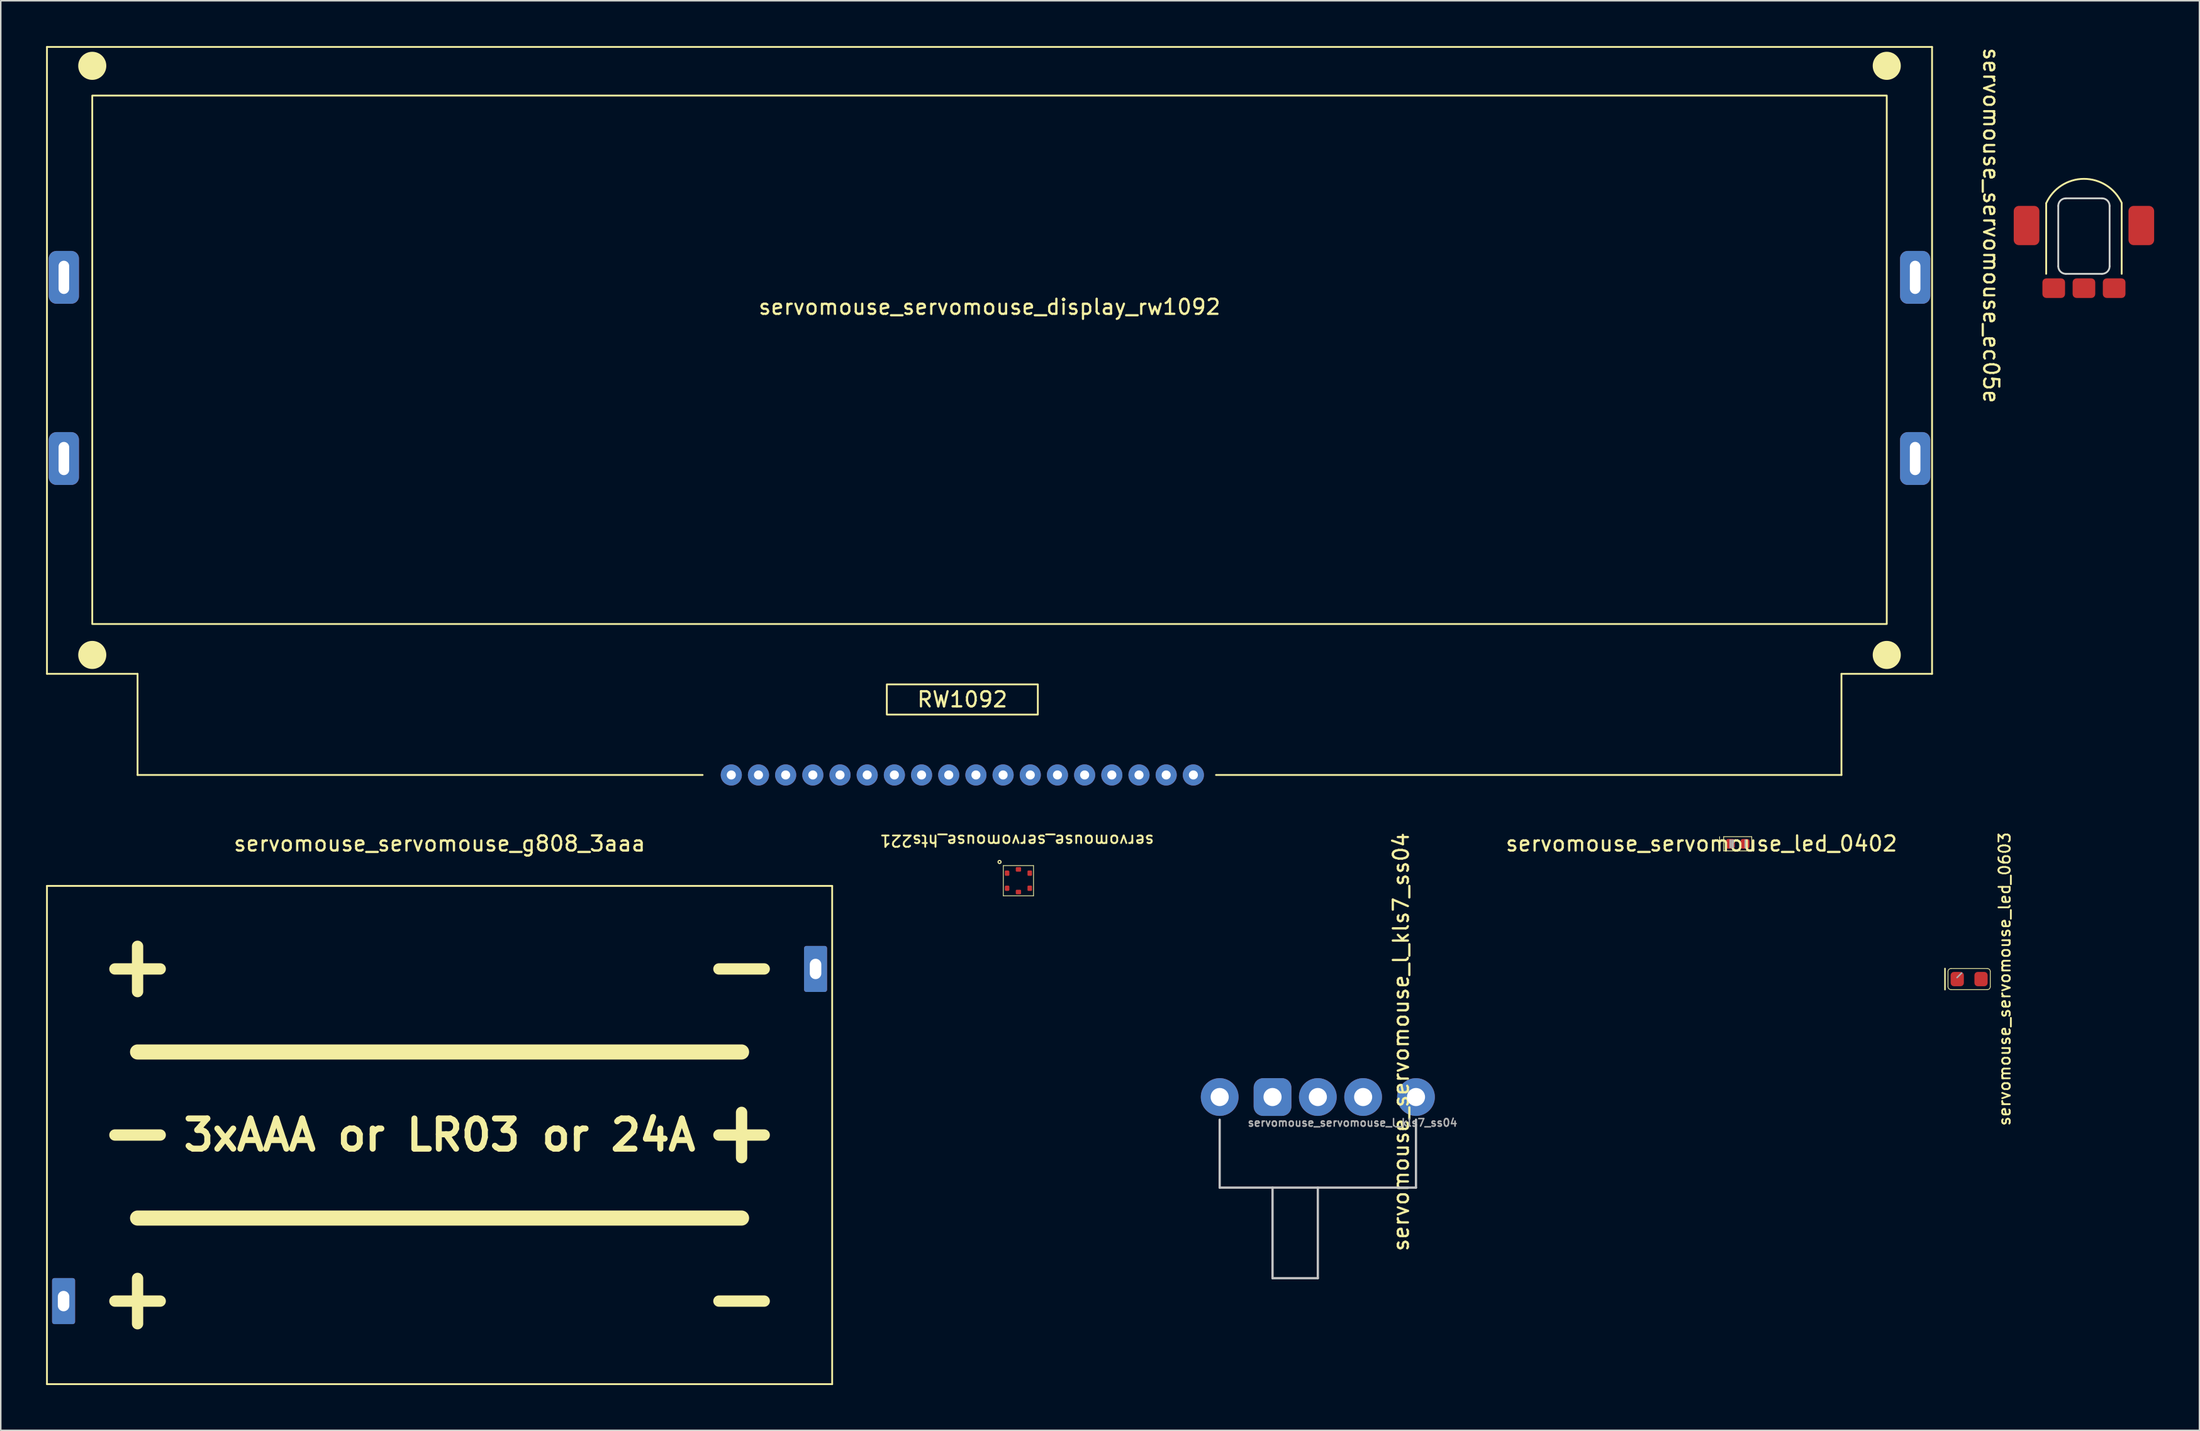
<source format=kicad_pcb>
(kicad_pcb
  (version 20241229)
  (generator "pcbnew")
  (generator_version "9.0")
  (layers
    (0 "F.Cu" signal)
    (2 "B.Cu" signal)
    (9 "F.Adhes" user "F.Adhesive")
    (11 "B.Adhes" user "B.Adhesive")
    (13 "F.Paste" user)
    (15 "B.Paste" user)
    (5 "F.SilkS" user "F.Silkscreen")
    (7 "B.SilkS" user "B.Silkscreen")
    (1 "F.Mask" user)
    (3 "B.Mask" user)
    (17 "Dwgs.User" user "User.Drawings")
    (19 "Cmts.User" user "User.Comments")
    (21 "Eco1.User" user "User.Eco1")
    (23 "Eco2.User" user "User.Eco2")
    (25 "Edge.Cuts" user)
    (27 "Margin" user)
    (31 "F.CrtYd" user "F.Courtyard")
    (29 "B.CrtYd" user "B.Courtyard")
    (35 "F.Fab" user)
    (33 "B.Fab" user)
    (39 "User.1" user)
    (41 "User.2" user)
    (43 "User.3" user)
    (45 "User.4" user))
  (footprint "servomouse_servomouse_led_0402"
    (layer "F.Cu")
    (at 112.029 52.838)
    (property "Reference" "servomouse_servomouse_led_0402" (at -2.4 -0.01 0) (layer "F.SilkS") (effects (font (size 1 1) (thickness 0.15))))
    (attr smd)
    (fp_line (start -1.2 -0.47) (end -1.2 0.47) (stroke (width 0.05) (type solid)) (layer "F.SilkS"))
    (fp_line (start -0.93 -0.47) (end 0.93 -0.47) (stroke (width 0.05) (type solid)) (layer "F.SilkS"))
    (fp_line (start -0.93 0.47) (end -0.93 -0.47) (stroke (width 0.05) (type solid)) (layer "F.SilkS"))
    (fp_line (start 0.93 -0.47) (end 0.93 0.47) (stroke (width 0.05) (type solid)) (layer "F.SilkS"))
    (fp_line (start 0.93 0.47) (end -0.93 0.47) (stroke (width 0.05) (type solid)) (layer "F.SilkS"))
    (fp_line (start -0.5 0.25) (end -0.5 -0.25) (stroke (width 0.1) (type solid)) (layer "F.Fab"))
    (fp_line (start -0.4 0.25) (end -0.4 -0.25) (stroke (width 0.1) (type solid)) (layer "F.Fab"))
    (fp_line (start -0.3 0.25) (end -0.3 -0.25) (stroke (width 0.1) (type solid)) (layer "F.Fab"))
    (fp_line (start 0.5 -0.25) (end 0.5 0.25) (stroke (width 0.1) (type solid)) (layer "F.Fab"))
    (pad "1" smd roundrect (at -0.485 0) (size 0.59 0.64) (layers "F.Cu" "F.Mask" "F.Paste") (roundrect_rratio 0.25))
    (pad "2" smd roundrect (at 0.485 0) (size 0.59 0.64) (layers "F.Cu" "F.Mask" "F.Paste") (roundrect_rratio 0.25)))
  (footprint "servomouse_servomouse_g808_3aaa"
    (layer "F.Cu")
    (at 26.06 72.128)
    (property "Reference" "servomouse_servomouse_g808_3aaa" (at 0 -19.3 0) (unlocked yes) (layer "F.SilkS") (effects (font (size 1 1) (thickness 0.15))))
    (fp_line (start -26 -16.5) (end -26 16.5) (stroke (width 0.12) (type solid)) (layer "F.SilkS"))
    (fp_line (start -26 16.5) (end 26 16.5) (stroke (width 0.12) (type solid)) (layer "F.SilkS"))
    (fp_line (start -21.5 -11) (end -18.5 -11) (stroke (width 0.75) (type solid)) (layer "F.SilkS"))
    (fp_line (start -21.5 0) (end -18.5 0) (stroke (width 0.75) (type solid)) (layer "F.SilkS"))
    (fp_line (start -21.5 11) (end -18.5 11) (stroke (width 0.75) (type solid)) (layer "F.SilkS"))
    (fp_line (start -20 -9.5) (end -20 -12.5) (stroke (width 0.75) (type solid)) (layer "F.SilkS"))
    (fp_line (start -20 -5.5) (end 20 -5.5) (stroke (width 1) (type solid)) (layer "F.SilkS"))
    (fp_line (start -20 12.5) (end -20 9.5) (stroke (width 0.75) (type solid)) (layer "F.SilkS"))
    (fp_line (start 18.5 -11) (end 21.5 -11) (stroke (width 0.75) (type solid)) (layer "F.SilkS"))
    (fp_line (start 18.5 0) (end 21.5 0) (stroke (width 0.75) (type solid)) (layer "F.SilkS"))
    (fp_line (start 18.5 11) (end 21.5 11) (stroke (width 0.75) (type solid)) (layer "F.SilkS"))
    (fp_line (start 20 1.5) (end 20 -1.5) (stroke (width 0.75) (type solid)) (layer "F.SilkS"))
    (fp_line (start 20 5.5) (end -20 5.5) (stroke (width 1) (type solid)) (layer "F.SilkS"))
    (fp_line (start 26 -16.5) (end -26 -16.5) (stroke (width 0.12) (type solid)) (layer "F.SilkS"))
    (fp_line (start 26 16.5) (end 26 -16.5) (stroke (width 0.12) (type solid)) (layer "F.SilkS"))
    (fp_text user "3xAAA or LR03 or 24A" (at 0 0 0) (unlocked yes) (layer "F.SilkS") (effects (font (size 2 2) (thickness 0.4))))
    (pad "1" thru_hole roundrect (at -24.9 11 90) (size 3.048 1.524) (drill oval 1.35 0.762) (layers "*.Cu" "*.Mask") (roundrect_rratio 0.1))
    (pad "2" thru_hole roundrect (at 24.9 -11 90) (size 3.048 1.524) (drill oval 1.35 0.762) (layers "*.Cu" "*.Mask") (roundrect_rratio 0.1)))
  (footprint "servomouse_servomouse_l_kls7_ss04"
    (layer "F.Cu")
    (at 84.223 69.612)
    (property "Reference" "servomouse_servomouse_l_kls7_ss04" (at 5.51 -3.65 90) (layer "F.SilkS") (effects (font (size 1 1) (thickness 0.15))))
    (attr through_hole)
    (fp_line (start -6.5 1.5) (end -6.5 6) (stroke (width 0.15) (type solid)) (layer "Dwgs.User"))
    (fp_line (start -6.5 6) (end 6.5 6) (stroke (width 0.15) (type solid)) (layer "Dwgs.User"))
    (fp_line (start -3 6) (end -3 12) (stroke (width 0.15) (type solid)) (layer "Dwgs.User"))
    (fp_line (start -3 12) (end 0 12) (stroke (width 0.15) (type solid)) (layer "Dwgs.User"))
    (fp_line (start 0 6) (end 0 12) (stroke (width 0.15) (type solid)) (layer "Dwgs.User"))
    (fp_line (start 6.5 1.5) (end 6.5 6) (stroke (width 0.15) (type solid)) (layer "Dwgs.User"))
    (fp_text user "${REFERENCE}" (at 2.3 1.7 0) (layer "F.Fab") (effects (font (size 0.5 0.5) (thickness 0.1))))
    (pad "1" thru_hole roundrect (at -3 0) (size 2.5 2.5) (drill 1.2) (layers "*.Cu" "*.Mask") (roundrect_rratio 0.25))
    (pad "2" thru_hole oval (at 0 0) (size 2.5 2.5) (drill 1.2) (layers "*.Cu" "*.Mask"))
    (pad "3" thru_hole oval (at 3 0) (size 2.5 2.5) (drill 1.2) (layers "*.Cu" "*.Mask"))
    (pad "4" thru_hole oval (at -6.5 0) (size 2.5 2.5) (drill 1.2) (layers "*.Cu" "*.Mask"))
    (pad "4" thru_hole oval (at 6.5 0) (size 2.5 2.5) (drill 1.2) (layers "*.Cu" "*.Mask")))
  (footprint "servomouse_servomouse_led_0603"
    (layer "F.Cu")
    (at 127.356 61.799)
    (property "Reference" "servomouse_servomouse_led_0603" (at 2.35 0 90) (layer "F.SilkS") (effects (font (size 0.75 0.75) (thickness 0.12))))
    (attr smd)
    (fp_line (start -1.6 -0.7) (end -1.6 0.7) (stroke (width 0.1) (type solid)) (layer "F.SilkS"))
    (fp_line (start -1.4 0.5) (end -1.4 -0.5) (stroke (width 0.05) (type solid)) (layer "F.SilkS"))
    (fp_line (start -1.2 -0.7) (end 1.2 -0.7) (stroke (width 0.05) (type solid)) (layer "F.SilkS"))
    (fp_line (start 1.2 0.7) (end -1.2 0.7) (stroke (width 0.05) (type solid)) (layer "F.SilkS"))
    (fp_line (start 1.4 -0.5) (end 1.4 0.5) (stroke (width 0.05) (type solid)) (layer "F.SilkS"))
    (fp_arc (start -1.4 -0.5) (mid -1.341421 -0.641421) (end -1.2 -0.7) (stroke (width 0.05) (type solid)) (layer "F.SilkS"))
    (fp_arc (start -1.2 0.7) (mid -1.341421 0.641421) (end -1.4 0.5) (stroke (width 0.05) (type solid)) (layer "F.SilkS"))
    (fp_arc (start 1.2 -0.7) (mid 1.341421 -0.641421) (end 1.4 -0.5) (stroke (width 0.05) (type solid)) (layer "F.SilkS"))
    (fp_arc (start 1.4 0.5) (mid 1.341421 0.641421) (end 1.2 0.7) (stroke (width 0.05) (type solid)) (layer "F.SilkS"))
    (fp_line (start -0.5 -0.4) (end -0.8 -0.1) (stroke (width 0.1) (type solid)) (layer "F.Fab"))
    (pad "1" smd roundrect (at -0.787 0) (size 0.875 0.95) (layers "F.Cu" "F.Mask" "F.Paste") (roundrect_rratio 0.25))
    (pad "2" smd roundrect (at 0.787 0) (size 0.875 0.95) (layers "F.Cu" "F.Mask" "F.Paste") (roundrect_rratio 0.25)))
  (footprint "servomouse_servomouse_display_rw1092"
    (layer "F.Cu")
    (at 62.48 48.28)
    (property "Reference" "servomouse_servomouse_display_rw1092" (at 0 -31 0) (unlocked yes) (layer "F.SilkS") (effects (font (size 1 1) (thickness 0.15))))
    (attr through_hole)
    (fp_line (start -62.42 -48.22) (end 62.42 -48.22) (stroke (width 0.12) (type solid)) (layer "F.SilkS"))
    (fp_line (start -62.42 -6.7) (end -62.42 -48.22) (stroke (width 0.12) (type solid)) (layer "F.SilkS"))
    (fp_line (start -56.42 -6.7) (end -62.42 -6.7) (stroke (width 0.12) (type solid)) (layer "F.SilkS"))
    (fp_line (start -56.42 0) (end -56.42 -6.7) (stroke (width 0.12) (type solid)) (layer "F.SilkS"))
    (fp_line (start -56.42 0) (end -19 0) (stroke (width 0.12) (type solid)) (layer "F.SilkS"))
    (fp_line (start 15 0) (end 56.42 0) (stroke (width 0.12) (type solid)) (layer "F.SilkS"))
    (fp_line (start 56.42 -6.7) (end 56.42 0) (stroke (width 0.12) (type solid)) (layer "F.SilkS"))
    (fp_line (start 62.42 -48.22) (end 62.42 -6.7) (stroke (width 0.12) (type solid)) (layer "F.SilkS"))
    (fp_line (start 62.42 -6.7) (end 56.42 -6.7) (stroke (width 0.12) (type solid)) (layer "F.SilkS"))
    (fp_rect (start -59.42 -45) (end 59.42 -10) (stroke (width 0.12) (type solid)) (fill no) (layer "F.SilkS"))
    (fp_rect (start -6.8 -6) (end 3.2 -4) (stroke (width 0.12) (type solid)) (fill no) (layer "F.SilkS"))
    (fp_circle (center -59.42 -46.97) (end -58.565 -46.97) (stroke (width 0.15) (type solid)) (fill yes) (layer "F.SilkS"))
    (fp_circle (center -59.42 -7.95) (end -58.565 -7.95) (stroke (width 0.15) (type solid)) (fill yes) (layer "F.SilkS"))
    (fp_circle (center 59.42 -46.97) (end 60.275 -46.97) (stroke (width 0.15) (type solid)) (fill yes) (layer "F.SilkS"))
    (fp_circle (center 59.42 -7.95) (end 60.275 -7.95) (stroke (width 0.15) (type solid)) (fill yes) (layer "F.SilkS"))
    (fp_text user "RW1092" (at -1.8 -5 0) (unlocked yes) (layer "F.SilkS") (effects (font (size 1 1) (thickness 0.15))))
    (pad "1" thru_hole circle (at -17.1 0) (size 1.4 1.4) (drill 0.6) (layers "*.Cu" "*.Mask"))
    (pad "2" thru_hole circle (at -15.3 0) (size 1.4 1.4) (drill 0.6) (layers "*.Cu" "*.Mask"))
    (pad "3" thru_hole circle (at -13.5 0) (size 1.4 1.4) (drill 0.6) (layers "*.Cu" "*.Mask"))
    (pad "4" thru_hole circle (at -11.7 0) (size 1.4 1.4) (drill 0.6) (layers "*.Cu" "*.Mask"))
    (pad "5" thru_hole circle (at -9.9 0) (size 1.4 1.4) (drill 0.6) (layers "*.Cu" "*.Mask"))
    (pad "6" thru_hole circle (at -8.1 0) (size 1.4 1.4) (drill 0.6) (layers "*.Cu" "*.Mask"))
    (pad "7" thru_hole circle (at -6.3 0) (size 1.4 1.4) (drill 0.6) (layers "*.Cu" "*.Mask"))
    (pad "8" thru_hole circle (at -4.5 0) (size 1.4 1.4) (drill 0.6) (layers "*.Cu" "*.Mask"))
    (pad "9" thru_hole circle (at -2.7 0) (size 1.4 1.4) (drill 0.6) (layers "*.Cu" "*.Mask"))
    (pad "10" thru_hole circle (at -0.9 0) (size 1.4 1.4) (drill 0.6) (layers "*.Cu" "*.Mask"))
    (pad "11" thru_hole circle (at 0.9 0) (size 1.4 1.4) (drill 0.6) (layers "*.Cu" "*.Mask"))
    (pad "12" thru_hole circle (at 2.7 0) (size 1.4 1.4) (drill 0.6) (layers "*.Cu" "*.Mask"))
    (pad "13" thru_hole circle (at 4.5 0) (size 1.4 1.4) (drill 0.6) (layers "*.Cu" "*.Mask"))
    (pad "14" thru_hole circle (at 6.3 0) (size 1.4 1.4) (drill 0.6) (layers "*.Cu" "*.Mask"))
    (pad "15" thru_hole circle (at 8.1 0) (size 1.4 1.4) (drill 0.6) (layers "*.Cu" "*.Mask"))
    (pad "16" thru_hole circle (at 9.9 0) (size 1.4 1.4) (drill 0.6) (layers "*.Cu" "*.Mask"))
    (pad "17" thru_hole circle (at 11.7 0) (size 1.4 1.4) (drill 0.6) (layers "*.Cu" "*.Mask"))
    (pad "18" thru_hole circle (at 13.5 0) (size 1.4 1.4) (drill 0.6) (layers "*.Cu" "*.Mask"))
    (pad "19" thru_hole roundrect (at -61.3 -32.96) (size 2 3.5) (drill oval 0.7 2.2) (layers "*.Cu" "*.Mask") (roundrect_rratio 0.25))
    (pad "19" thru_hole roundrect (at 61.3 -32.96) (size 2 3.5) (drill oval 0.7 2.2) (layers "*.Cu" "*.Mask") (roundrect_rratio 0.25))
    (pad "20" thru_hole roundrect (at -61.3 -20.96) (size 2 3.5) (drill oval 0.7 2.2) (layers "*.Cu" "*.Mask") (roundrect_rratio 0.25))
    (pad "20" thru_hole roundrect (at 61.3 -20.96) (size 2 3.5) (drill oval 0.7 2.2) (layers "*.Cu" "*.Mask") (roundrect_rratio 0.25)))
  (footprint "servomouse_servomouse_ec05e"
    (layer "F.Cu")
    (at 134.958 11.887)
    (property "Reference" "servomouse_servomouse_ec05e" (at -6.15 0 270) (unlocked yes) (layer "F.SilkS") (effects (font (size 1 1) (thickness 0.15))))
    (fp_line (start -2.5 -1.475) (end -2.5 3.2) (stroke (width 0.12) (type solid)) (layer "F.SilkS"))
    (fp_line (start 2.5 3.2) (end 2.5 -1.475) (stroke (width 0.12) (type solid)) (layer "F.SilkS"))
    (fp_arc (start -2.5 -1.475) (mid -0.008017 -3.090956) (end 2.5 -1.5) (stroke (width 0.12) (type solid)) (layer "F.SilkS"))
    (fp_line (start -1.7 2.7) (end -1.7 -1.3) (stroke (width 0.12) (type solid)) (layer "Edge.Cuts"))
    (fp_line (start -1.2 -1.8) (end 1.2 -1.8) (stroke (width 0.12) (type solid)) (layer "Edge.Cuts"))
    (fp_line (start 1.2 3.2) (end -1.2 3.2) (stroke (width 0.12) (type solid)) (layer "Edge.Cuts"))
    (fp_line (start 1.7 -1.3) (end 1.7 2.7) (stroke (width 0.12) (type solid)) (layer "Edge.Cuts"))
    (fp_arc (start -1.700001 -1.300001) (mid -1.553554 -1.653554) (end -1.2 -1.8) (stroke (width 0.12) (type solid)) (layer "Edge.Cuts"))
    (fp_arc (start -1.200001 3.200001) (mid -1.553554 3.053554) (end -1.7 2.7) (stroke (width 0.12) (type solid)) (layer "Edge.Cuts"))
    (fp_arc (start 1.200001 -1.800001) (mid 1.553554 -1.653554) (end 1.7 -1.3) (stroke (width 0.12) (type solid)) (layer "Edge.Cuts"))
    (fp_arc (start 1.700001 2.700001) (mid 1.553554 3.053554) (end 1.2 3.2) (stroke (width 0.12) (type solid)) (layer "Edge.Cuts"))
    (pad "1" smd roundrect (at -2 4.15) (size 1.5 1.3) (layers "F.Cu" "F.Mask" "F.Paste") (roundrect_rratio 0.2))
    (pad "2" smd roundrect (at 0 4.15) (size 1.5 1.3) (layers "F.Cu" "F.Mask" "F.Paste") (roundrect_rratio 0.2))
    (pad "3" smd roundrect (at 2 4.15) (size 1.5 1.3) (layers "F.Cu" "F.Mask" "F.Paste") (roundrect_rratio 0.2))
    (pad "4" smd roundrect (at -3.8 0) (size 1.7 2.6) (layers "F.Cu" "F.Mask" "F.Paste") (roundrect_rratio 0.2))
    (pad "4" smd roundrect (at 3.8 0) (size 1.7 2.6) (layers "F.Cu" "F.Mask" "F.Paste") (roundrect_rratio 0.2)))
  (footprint "servomouse_servomouse_hts221"
    (layer "F.Cu")
    (at 64.395 55.283)
    (property "Reference" "servomouse_servomouse_hts221" (at -0.099 -2.654 180) (unlocked yes) (layer "F.SilkS") (effects (font (size 0.75 0.75) (thickness 0.12))))
    (fp_line (start -1 -1) (end 1 -1) (stroke (width 0.05) (type solid)) (layer "F.SilkS"))
    (fp_line (start -1 1) (end -1 -1) (stroke (width 0.05) (type solid)) (layer "F.SilkS"))
    (fp_line (start 1 -1) (end 1 1) (stroke (width 0.05) (type solid)) (layer "F.SilkS"))
    (fp_line (start 1 1) (end -1 1) (stroke (width 0.05) (type solid)) (layer "F.SilkS"))
    (fp_circle (center -1.25 -1.24) (end -1.15 -1.24) (stroke (width 0.075) (type solid)) (fill no) (layer "F.SilkS"))
    (pad "1" smd roundrect (at -0.75 -0.5) (size 0.3 0.35) (layers "F.Cu" "F.Mask" "F.Paste") (roundrect_rratio 0.2) (chamfer_ratio 0.2) (chamfer top_right))
    (pad "2" smd roundrect (at -0.75 0.5) (size 0.3 0.35) (layers "F.Cu" "F.Mask" "F.Paste") (roundrect_rratio 0.25))
    (pad "3" smd roundrect (at 0 0.75 90) (size 0.3 0.35) (layers "F.Cu" "F.Mask" "F.Paste") (roundrect_rratio 0.2))
    (pad "4" smd roundrect (at 0.75 0.5) (size 0.3 0.35) (layers "F.Cu" "F.Mask" "F.Paste") (roundrect_rratio 0.2))
    (pad "5" smd roundrect (at 0.75 -0.5) (size 0.3 0.35) (layers "F.Cu" "F.Mask" "F.Paste") (roundrect_rratio 0.2))
    (pad "6" smd roundrect (at 0 -0.75 90) (size 0.3 0.35) (layers "F.Cu" "F.Mask" "F.Paste") (roundrect_rratio 0.2)))
  (gr_rect
    (start -3 -3)
    (end 142.608 91.688)
    (stroke (width 0.1) (type default))
    (fill no)
    (layer "Edge.Cuts")))
</source>
